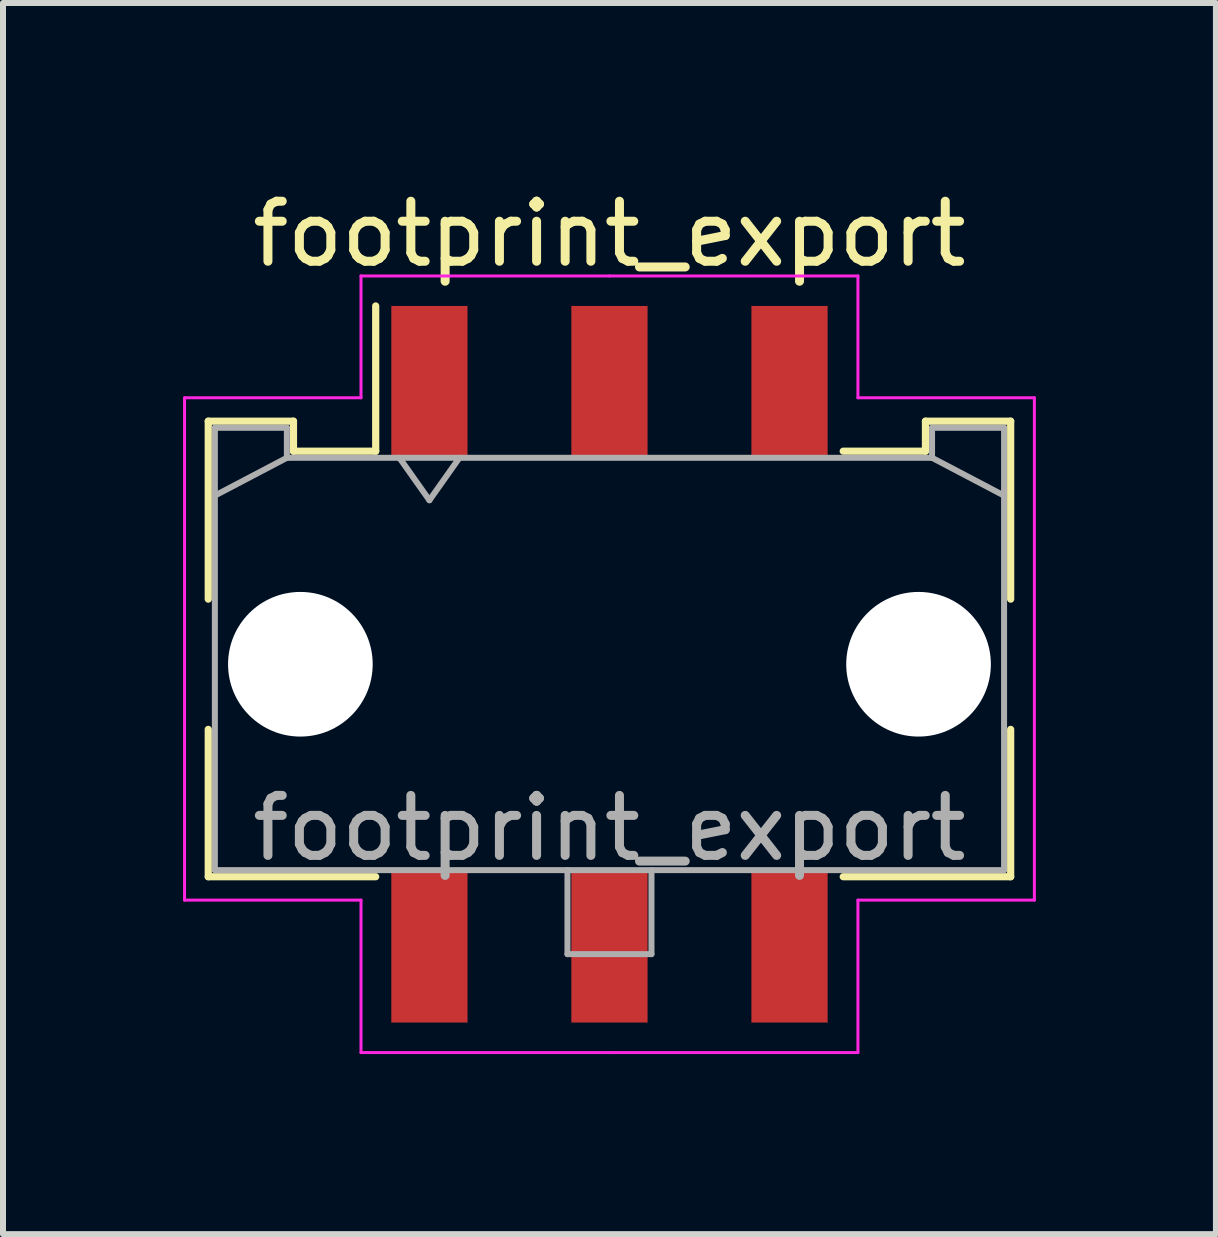
<source format=kicad_pcb>
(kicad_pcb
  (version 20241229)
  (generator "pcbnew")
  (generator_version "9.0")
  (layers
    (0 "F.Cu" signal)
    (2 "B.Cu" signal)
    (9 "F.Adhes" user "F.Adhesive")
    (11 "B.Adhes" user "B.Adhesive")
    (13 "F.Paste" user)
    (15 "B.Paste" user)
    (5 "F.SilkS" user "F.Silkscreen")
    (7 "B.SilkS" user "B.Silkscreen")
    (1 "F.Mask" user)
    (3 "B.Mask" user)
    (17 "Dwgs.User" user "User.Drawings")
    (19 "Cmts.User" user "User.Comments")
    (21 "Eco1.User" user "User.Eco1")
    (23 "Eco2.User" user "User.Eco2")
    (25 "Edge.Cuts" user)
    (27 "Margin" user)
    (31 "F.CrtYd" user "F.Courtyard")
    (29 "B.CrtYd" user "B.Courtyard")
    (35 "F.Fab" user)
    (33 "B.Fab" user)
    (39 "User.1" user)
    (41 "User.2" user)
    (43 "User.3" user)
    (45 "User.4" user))
  (footprint "footprint_export"
    (layer "F.Cu")
    (at 7.105 8.018)
    (property "Reference" "footprint_export" (at 0 -7.17 0) (layer "F.SilkS") (effects (font (size 1 1) (thickness 0.15))))
    (attr smd)
    (fp_line (start -6.685 -4.05) (end -5.265 -4.05) (stroke (width 0.12) (type solid)) (layer "F.SilkS"))
    (fp_line (start -6.685 -1.085) (end -6.685 -4.05) (stroke (width 0.12) (type solid)) (layer "F.SilkS"))
    (fp_line (start -6.685 1.085) (end -6.685 3.54) (stroke (width 0.12) (type solid)) (layer "F.SilkS"))
    (fp_line (start -6.685 3.54) (end -3.895 3.54) (stroke (width 0.12) (type solid)) (layer "F.SilkS"))
    (fp_line (start -5.265 -4.05) (end -5.265 -3.55) (stroke (width 0.12) (type solid)) (layer "F.SilkS"))
    (fp_line (start -5.265 -3.55) (end -3.895 -3.55) (stroke (width 0.12) (type solid)) (layer "F.SilkS"))
    (fp_line (start -3.895 -3.55) (end -3.895 -5.97) (stroke (width 0.12) (type solid)) (layer "F.SilkS"))
    (fp_line (start 5.265 -4.05) (end 5.265 -3.55) (stroke (width 0.12) (type solid)) (layer "F.SilkS"))
    (fp_line (start 5.265 -3.55) (end 3.895 -3.55) (stroke (width 0.12) (type solid)) (layer "F.SilkS"))
    (fp_line (start 6.685 -4.05) (end 5.265 -4.05) (stroke (width 0.12) (type solid)) (layer "F.SilkS"))
    (fp_line (start 6.685 -1.085) (end 6.685 -4.05) (stroke (width 0.12) (type solid)) (layer "F.SilkS"))
    (fp_line (start 6.685 1.085) (end 6.685 3.54) (stroke (width 0.12) (type solid)) (layer "F.SilkS"))
    (fp_line (start 6.685 3.54) (end 3.895 3.54) (stroke (width 0.12) (type solid)) (layer "F.SilkS"))
    (fp_line (start -7.08 -4.44) (end -7.08 3.93) (stroke (width 0.05) (type solid)) (layer "F.CrtYd"))
    (fp_line (start -7.08 3.93) (end -4.14 3.93) (stroke (width 0.05) (type solid)) (layer "F.CrtYd"))
    (fp_line (start -4.14 -6.47) (end -4.14 -4.44) (stroke (width 0.05) (type solid)) (layer "F.CrtYd"))
    (fp_line (start -4.14 -4.44) (end -7.08 -4.44) (stroke (width 0.05) (type solid)) (layer "F.CrtYd"))
    (fp_line (start -4.14 3.93) (end -4.14 6.47) (stroke (width 0.05) (type solid)) (layer "F.CrtYd"))
    (fp_line (start -4.14 6.47) (end 0 6.47) (stroke (width 0.05) (type solid)) (layer "F.CrtYd"))
    (fp_line (start 0 -6.47) (end -4.14 -6.47) (stroke (width 0.05) (type solid)) (layer "F.CrtYd"))
    (fp_line (start 0 -6.47) (end 4.14 -6.47) (stroke (width 0.05) (type solid)) (layer "F.CrtYd"))
    (fp_line (start 4.14 -6.47) (end 4.14 -4.44) (stroke (width 0.05) (type solid)) (layer "F.CrtYd"))
    (fp_line (start 4.14 -4.44) (end 7.08 -4.44) (stroke (width 0.05) (type solid)) (layer "F.CrtYd"))
    (fp_line (start 4.14 3.93) (end 4.14 6.47) (stroke (width 0.05) (type solid)) (layer "F.CrtYd"))
    (fp_line (start 4.14 6.47) (end 0 6.47) (stroke (width 0.05) (type solid)) (layer "F.CrtYd"))
    (fp_line (start 7.08 -4.44) (end 7.08 3.93) (stroke (width 0.05) (type solid)) (layer "F.CrtYd"))
    (fp_line (start 7.08 3.93) (end 4.14 3.93) (stroke (width 0.05) (type solid)) (layer "F.CrtYd"))
    (fp_line (start -6.575 -3.94) (end -6.575 3.43) (stroke (width 0.1) (type solid)) (layer "F.Fab"))
    (fp_line (start -6.575 -2.81) (end -5.375 -3.44) (stroke (width 0.1) (type solid)) (layer "F.Fab"))
    (fp_line (start -6.575 3.43) (end 6.575 3.43) (stroke (width 0.1) (type solid)) (layer "F.Fab"))
    (fp_line (start -5.375 -3.94) (end -6.575 -3.94) (stroke (width 0.1) (type solid)) (layer "F.Fab"))
    (fp_line (start -5.375 -3.44) (end -5.375 -3.94) (stroke (width 0.1) (type solid)) (layer "F.Fab"))
    (fp_line (start -3.5 -3.44) (end -3 -2.733) (stroke (width 0.1) (type solid)) (layer "F.Fab"))
    (fp_line (start -3 -2.733) (end -2.5 -3.44) (stroke (width 0.1) (type solid)) (layer "F.Fab"))
    (fp_line (start -0.7 3.43) (end -0.7 4.83) (stroke (width 0.1) (type solid)) (layer "F.Fab"))
    (fp_line (start -0.7 4.83) (end 0.7 4.83) (stroke (width 0.1) (type solid)) (layer "F.Fab"))
    (fp_line (start 0.7 4.83) (end 0.7 3.43) (stroke (width 0.1) (type solid)) (layer "F.Fab"))
    (fp_line (start 5.375 -3.94) (end 5.375 -3.44) (stroke (width 0.1) (type solid)) (layer "F.Fab"))
    (fp_line (start 5.375 -3.44) (end -5.375 -3.44) (stroke (width 0.1) (type solid)) (layer "F.Fab"))
    (fp_line (start 6.575 -3.94) (end 5.375 -3.94) (stroke (width 0.1) (type solid)) (layer "F.Fab"))
    (fp_line (start 6.575 -2.81) (end 5.375 -3.44) (stroke (width 0.1) (type solid)) (layer "F.Fab"))
    (fp_line (start 6.575 3.43) (end 6.575 -3.94) (stroke (width 0.1) (type solid)) (layer "F.Fab"))
    (fp_text user "${REFERENCE}" (at 0 2.73 0) (layer "F.Fab") (effects (font (size 1 1) (thickness 0.15))))
    (pad "" np_thru_hole circle (at -5.15 0) (size 2.41 2.41) (drill 2.41) (layers "*.Cu" "*.Mask"))
    (pad "" np_thru_hole circle (at 5.15 0) (size 2.41 2.41) (drill 2.41) (layers "*.Cu" "*.Mask"))
    (pad "1" smd rect (at -3 -4.7) (size 1.27 2.54) (layers "F.Cu" "F.Mask" "F.Paste"))
    (pad "2" smd rect (at 0 -4.7) (size 1.27 2.54) (layers "F.Cu" "F.Mask" "F.Paste"))
    (pad "3" smd rect (at 3 -4.7) (size 1.27 2.54) (layers "F.Cu" "F.Mask" "F.Paste"))
    (pad "4" smd rect (at -3 4.7) (size 1.27 2.54) (layers "F.Cu" "F.Mask" "F.Paste"))
    (pad "5" smd rect (at 0 4.7) (size 1.27 2.54) (layers "F.Cu" "F.Mask" "F.Paste"))
    (pad "6" smd rect (at 3 4.7) (size 1.27 2.54) (layers "F.Cu" "F.Mask" "F.Paste")))
  (gr_rect
    (start -3 -3)
    (end 17.21 17.513)
    (stroke (width 0.1) (type default))
    (fill no)
    (layer "Edge.Cuts")))
</source>
